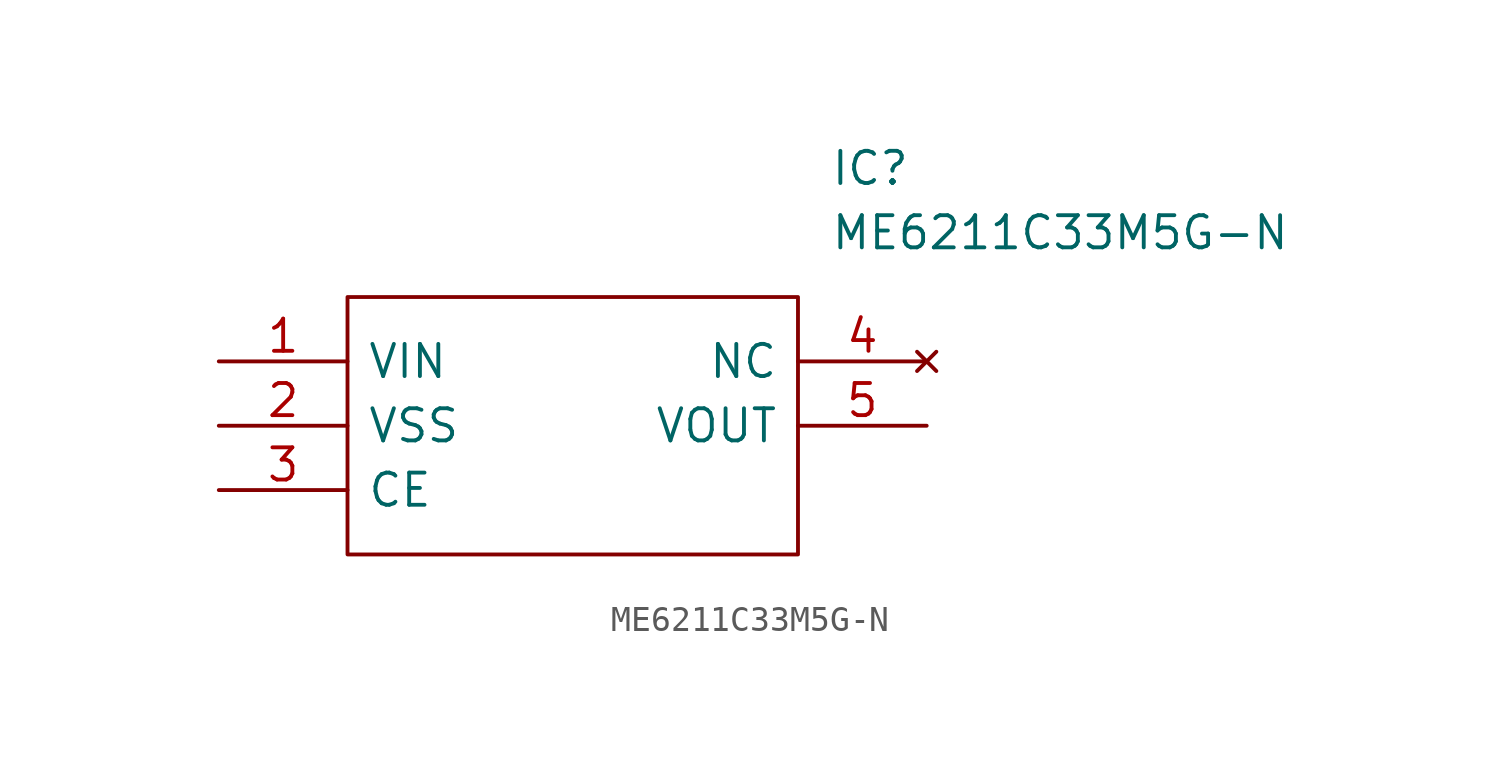
<source format=kicad_sym>
(kicad_symbol_lib
  (version 20210619)
  (generator kicad_symbol_editor)
  (symbol "ME6211C33M5G-N"
    (pin_names
      (offset 0.762))
    (property "Reference" "IC"
      (at 24.13 7.62 0)
      (effects (font (size 1.27 1.27)) (justify left)))
    (property "Value" "ME6211C33M5G-N"
      (at 24.13 5.08 0)
      (effects (font (size 1.27 1.27)) (justify left)))
    (symbol "ME6211C33M5G-N_0_0"
      (pin passive line (at 0 0 0) (length 5.08) (name "VIN" (effects (font (size 1.27 1.27)))) (number "1" (effects (font (size 1.27 1.27)))))
      (pin passive line (at 0 -2.54 0) (length 5.08) (name "VSS" (effects (font (size 1.27 1.27)))) (number "2" (effects (font (size 1.27 1.27)))))
      (pin passive line (at 0 -5.08 0) (length 5.08) (name "CE" (effects (font (size 1.27 1.27)))) (number "3" (effects (font (size 1.27 1.27)))))
      (pin no_connect line (at 27.94 0 180) (length 5.08) (name "NC" (effects (font (size 1.27 1.27)))) (number "4" (effects (font (size 1.27 1.27)))))
      (pin passive line (at 27.94 -2.54 180) (length 5.08) (name "VOUT" (effects (font (size 1.27 1.27)))) (number "5" (effects (font (size 1.27 1.27))))))
    (symbol "ME6211C33M5G-N_0_1"
      (polyline (pts (xy 5.08 2.54) (xy 22.86 2.54) (xy 22.86 -7.62) (xy 5.08 -7.62) (xy 5.08 2.54)) (stroke (width 0.152)) (fill (type none))))))
</source>
